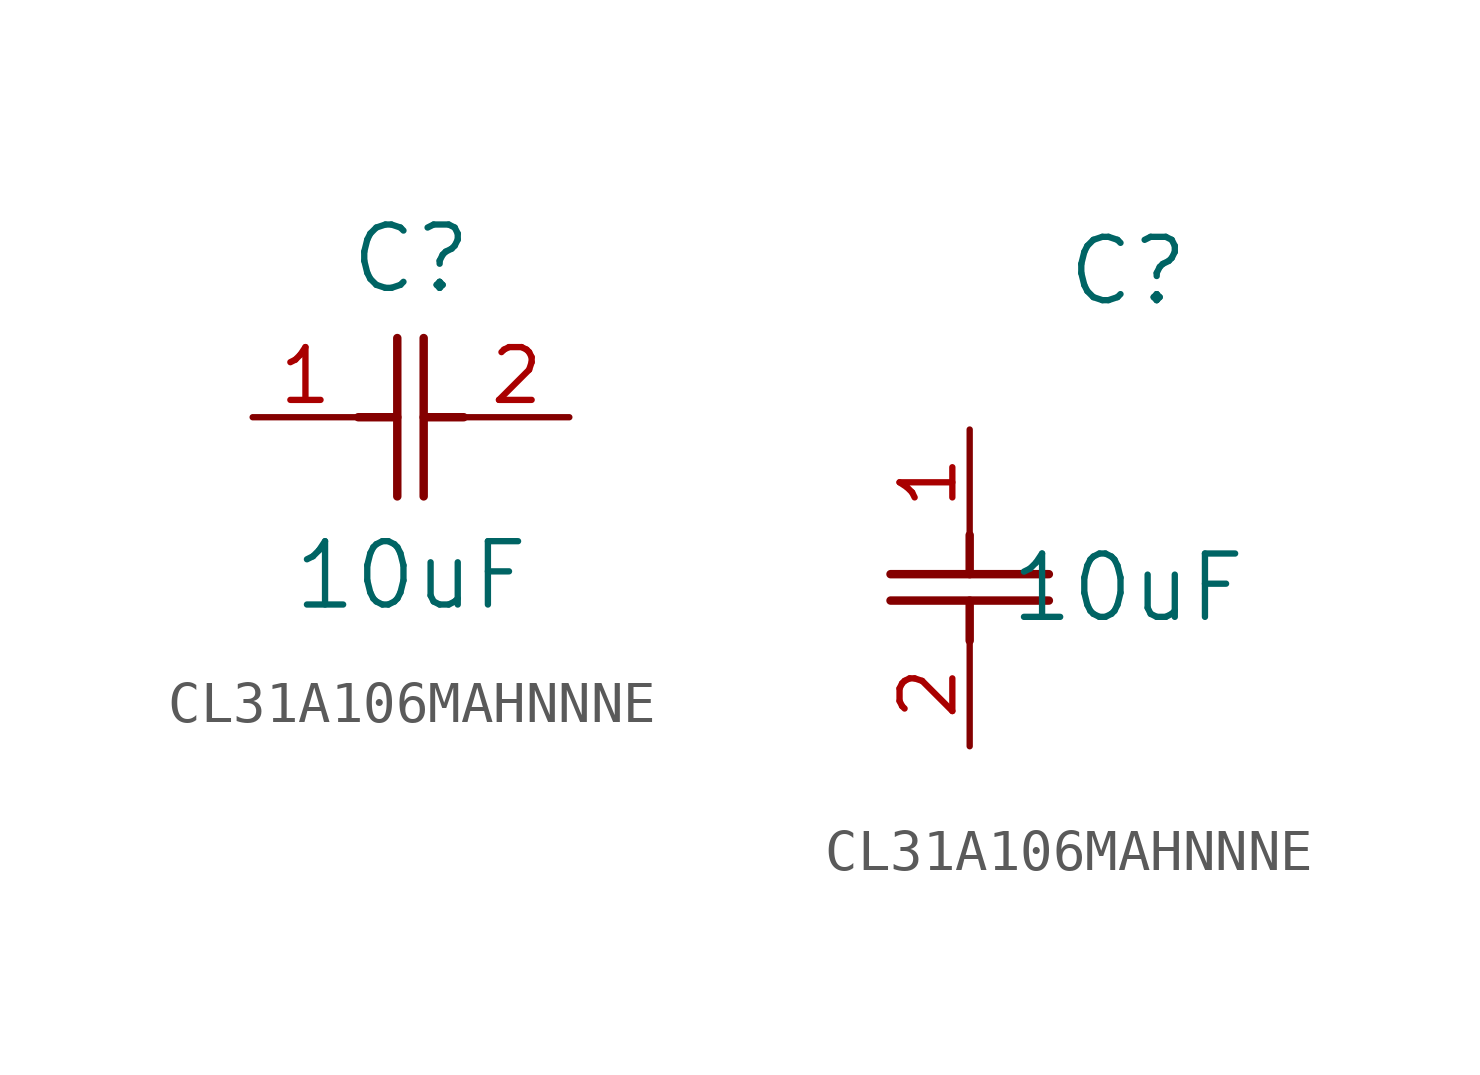
<source format=kicad_sym>
(kicad_symbol_lib
  (version 20220914)
  (generator kicad_symbol_editor)
  (symbol "CL31A106MAHNNNE"
    (pin_names
      (offset 0.254))
    (property "Reference" "C"
      (at 3.81 3.81 0)
      (effects (font (size 1.524 1.524))))
    (property "Value" "10uF"
      (at 3.81 -3.81 0)
      (effects (font (size 1.524 1.524))))
    (symbol "CL31A106MAHNNNE_1_1"
      (polyline (pts (xy 2.54 0) (xy 3.48 0)) (stroke (width 0.203) (type default)) (fill (type none)))
      (polyline (pts (xy 3.48 -1.905) (xy 3.48 1.905)) (stroke (width 0.203) (type default)) (fill (type none)))
      (polyline (pts (xy 4.115 -1.905) (xy 4.115 1.905)) (stroke (width 0.203) (type default)) (fill (type none)))
      (polyline (pts (xy 4.115 0) (xy 5.08 0)) (stroke (width 0.203) (type default)) (fill (type none)))
      (pin unspecified line (at 0 0 0) (length 2.54) (name "" (effects (font (size 1.27 1.27)))) (number "1" (effects (font (size 1.27 1.27)))))
      (pin unspecified line (at 7.62 0 180) (length 2.54) (name "" (effects (font (size 1.27 1.27)))) (number "2" (effects (font (size 1.27 1.27))))))
    (symbol "CL31A106MAHNNNE_1_2"
      (polyline (pts (xy -1.905 -4.115) (xy 1.905 -4.115)) (stroke (width 0.203) (type default)) (fill (type none)))
      (polyline (pts (xy -1.905 -3.48) (xy 1.905 -3.48)) (stroke (width 0.203) (type default)) (fill (type none)))
      (polyline (pts (xy 0 -4.115) (xy 0 -5.08)) (stroke (width 0.203) (type default)) (fill (type none)))
      (polyline (pts (xy 0 -2.54) (xy 0 -3.48)) (stroke (width 0.203) (type default)) (fill (type none)))
      (pin unspecified line (at 0 0 270) (length 2.54) (name "" (effects (font (size 1.27 1.27)))) (number "1" (effects (font (size 1.27 1.27)))))
      (pin unspecified line (at 0 -7.62 90) (length 2.54) (name "" (effects (font (size 1.27 1.27)))) (number "2" (effects (font (size 1.27 1.27))))))))
</source>
